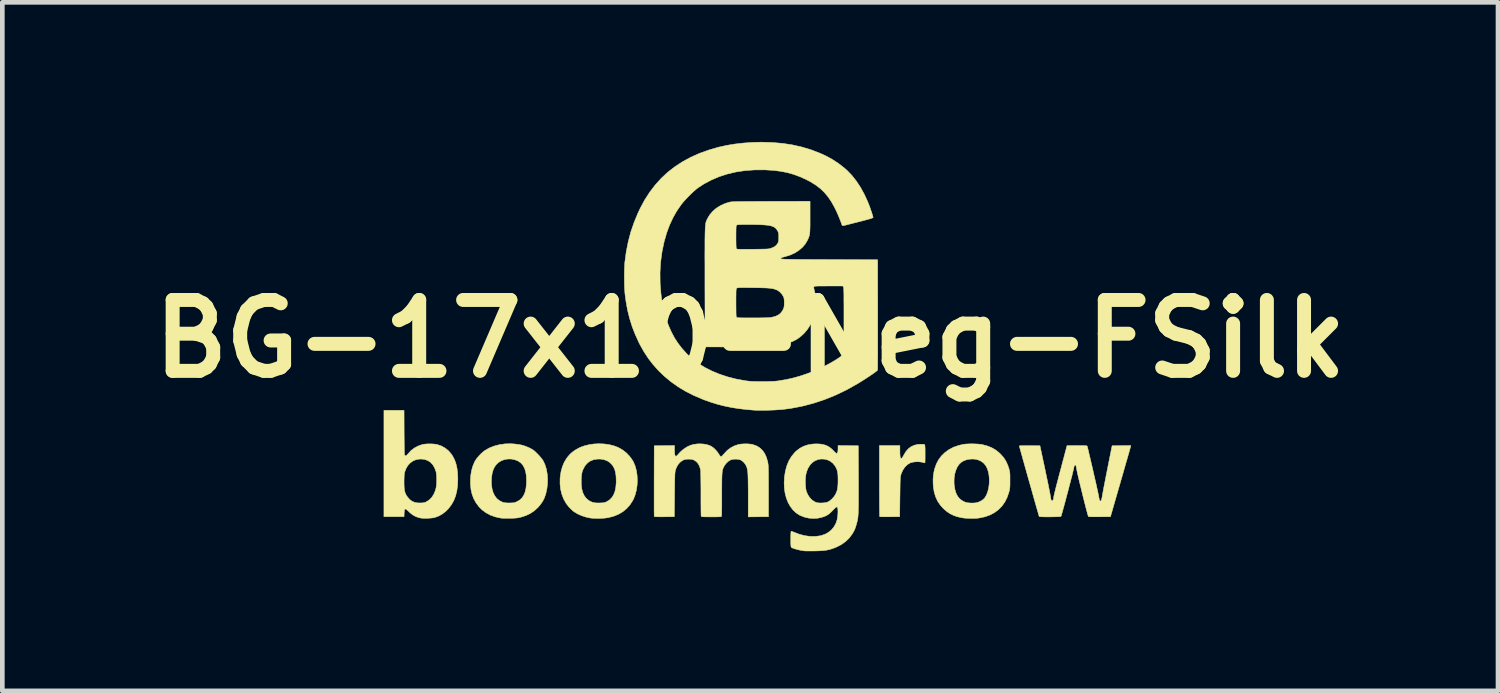
<source format=kicad_pcb>
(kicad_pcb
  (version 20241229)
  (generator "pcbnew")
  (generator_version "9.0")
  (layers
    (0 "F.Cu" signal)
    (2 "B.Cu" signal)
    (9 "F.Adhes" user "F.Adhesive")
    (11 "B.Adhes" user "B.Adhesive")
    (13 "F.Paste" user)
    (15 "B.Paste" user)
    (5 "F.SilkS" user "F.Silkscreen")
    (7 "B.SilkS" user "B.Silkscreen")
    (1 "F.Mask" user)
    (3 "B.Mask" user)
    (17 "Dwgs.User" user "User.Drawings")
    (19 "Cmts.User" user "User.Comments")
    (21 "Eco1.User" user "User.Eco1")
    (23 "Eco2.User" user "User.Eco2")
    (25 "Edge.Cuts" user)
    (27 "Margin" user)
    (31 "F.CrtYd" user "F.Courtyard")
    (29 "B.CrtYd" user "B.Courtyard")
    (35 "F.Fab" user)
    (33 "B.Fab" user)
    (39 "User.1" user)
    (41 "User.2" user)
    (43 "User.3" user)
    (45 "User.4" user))
  (footprint "BG-17x10-Neg-FSilk"
    (layer "F.Cu")
    (at 13.07 4.23)
    (property "Reference" "BG-17x10-Neg-FSilk" (at 0 0 0) (layer "F.SilkS") (effects (font (size 1.524 1.524) (thickness 0.3))))
    (attr through_hole)
    (fp_poly (pts (xy 3.697 2.267) (xy 3.727 2.268) (xy 3.745 2.271) (xy 3.749 2.272) (xy 3.753 2.28) (xy 3.755 2.298) (xy 3.757 2.329) (xy 3.759 2.373) (xy 3.759 2.432) (xy 3.759 2.473) (xy 3.759 2.528) (xy 3.759 2.577) (xy 3.758 2.618) (xy 3.757 2.648) (xy 3.756 2.664) (xy 3.756 2.667) (xy 3.746 2.665) (xy 3.725 2.66) (xy 3.699 2.653) (xy 3.642 2.644) (xy 3.581 2.642) (xy 3.519 2.647) (xy 3.465 2.658) (xy 3.435 2.669) (xy 3.377 2.705) (xy 3.325 2.756) (xy 3.282 2.819) (xy 3.248 2.894) (xy 3.238 2.926) (xy 3.234 2.939) (xy 3.231 2.955) (xy 3.229 2.975) (xy 3.227 3) (xy 3.225 3.033) (xy 3.223 3.074) (xy 3.222 3.125) (xy 3.221 3.188) (xy 3.22 3.265) (xy 3.219 3.356) (xy 3.218 3.399) (xy 3.213 3.823) (xy 3.001 3.825) (xy 2.943 3.825) (xy 2.89 3.825) (xy 2.845 3.825) (xy 2.811 3.824) (xy 2.789 3.823) (xy 2.783 3.821) (xy 2.782 3.812) (xy 2.781 3.787) (xy 2.78 3.748) (xy 2.78 3.695) (xy 2.779 3.631) (xy 2.778 3.555) (xy 2.778 3.47) (xy 2.778 3.376) (xy 2.777 3.275) (xy 2.777 3.167) (xy 2.777 3.055) (xy 2.777 2.294) (xy 3.217 2.294) (xy 3.217 2.412) (xy 3.218 2.477) (xy 3.222 2.525) (xy 3.228 2.556) (xy 3.238 2.572) (xy 3.25 2.572) (xy 3.266 2.557) (xy 3.286 2.526) (xy 3.299 2.502) (xy 3.345 2.425) (xy 3.397 2.365) (xy 3.457 2.319) (xy 3.524 2.288) (xy 3.6 2.27) (xy 3.662 2.266) (xy 3.697 2.267)) (stroke (width 0.01) (type solid)) (fill yes) (layer "F.SilkS"))
    (fp_poly (pts (xy -3.134 2.26) (xy -3.027 2.275) (xy -2.925 2.301) (xy -2.831 2.337) (xy -2.824 2.341) (xy -2.738 2.391) (xy -2.658 2.454) (xy -2.588 2.528) (xy -2.529 2.61) (xy -2.511 2.642) (xy -2.473 2.73) (xy -2.446 2.828) (xy -2.43 2.933) (xy -2.424 3.041) (xy -2.43 3.15) (xy -2.446 3.257) (xy -2.473 3.358) (xy -2.51 3.451) (xy -2.521 3.471) (xy -2.58 3.564) (xy -2.651 3.645) (xy -2.733 3.713) (xy -2.826 3.769) (xy -2.931 3.812) (xy -3.045 3.842) (xy -3.073 3.847) (xy -3.123 3.853) (xy -3.184 3.858) (xy -3.25 3.86) (xy -3.317 3.859) (xy -3.379 3.857) (xy -3.429 3.852) (xy -3.432 3.852) (xy -3.526 3.832) (xy -3.618 3.802) (xy -3.705 3.764) (xy -3.781 3.719) (xy -3.814 3.694) (xy -3.89 3.621) (xy -3.955 3.537) (xy -4.008 3.443) (xy -4.047 3.341) (xy -4.074 3.231) (xy -4.086 3.116) (xy -4.085 3.028) (xy -3.63 3.028) (xy -3.629 3.133) (xy -3.618 3.226) (xy -3.597 3.305) (xy -3.565 3.373) (xy -3.523 3.428) (xy -3.47 3.473) (xy -3.452 3.484) (xy -3.413 3.504) (xy -3.375 3.517) (xy -3.334 3.525) (xy -3.283 3.528) (xy -3.233 3.528) (xy -3.19 3.526) (xy -3.158 3.524) (xy -3.134 3.52) (xy -3.112 3.513) (xy -3.089 3.503) (xy -3.08 3.498) (xy -3.02 3.461) (xy -2.972 3.412) (xy -2.933 3.35) (xy -2.905 3.277) (xy -2.887 3.19) (xy -2.879 3.09) (xy -2.879 3.053) (xy -2.882 2.955) (xy -2.894 2.871) (xy -2.913 2.802) (xy -2.925 2.774) (xy -2.964 2.711) (xy -3.014 2.66) (xy -3.074 2.621) (xy -3.144 2.596) (xy -3.222 2.584) (xy -3.283 2.585) (xy -3.363 2.597) (xy -3.432 2.624) (xy -3.491 2.664) (xy -3.54 2.717) (xy -3.557 2.743) (xy -3.583 2.791) (xy -3.603 2.836) (xy -3.616 2.885) (xy -3.624 2.94) (xy -3.629 3.007) (xy -3.63 3.028) (xy -4.085 3.028) (xy -4.085 2.997) (xy -4.082 2.97) (xy -4.064 2.852) (xy -4.035 2.747) (xy -3.995 2.652) (xy -3.943 2.567) (xy -3.923 2.54) (xy -3.883 2.493) (xy -3.843 2.454) (xy -3.798 2.418) (xy -3.743 2.381) (xy -3.66 2.336) (xy -3.566 2.301) (xy -3.464 2.276) (xy -3.356 2.26) (xy -3.245 2.255) (xy -3.134 2.26)) (stroke (width 0.01) (type solid)) (fill yes) (layer "F.SilkS"))
    (fp_poly (pts (xy -5.068 2.26) (xy -4.982 2.27) (xy -4.907 2.284) (xy -4.838 2.305) (xy -4.769 2.333) (xy -4.741 2.346) (xy -4.703 2.366) (xy -4.673 2.383) (xy -4.646 2.402) (xy -4.619 2.426) (xy -4.587 2.457) (xy -4.568 2.476) (xy -4.53 2.516) (xy -4.495 2.557) (xy -4.467 2.593) (xy -4.451 2.616) (xy -4.411 2.7) (xy -4.381 2.795) (xy -4.362 2.898) (xy -4.353 3.005) (xy -4.355 3.115) (xy -4.368 3.224) (xy -4.391 3.329) (xy -4.421 3.417) (xy -4.458 3.491) (xy -4.511 3.566) (xy -4.563 3.627) (xy -4.639 3.696) (xy -4.724 3.753) (xy -4.82 3.799) (xy -4.923 3.832) (xy -4.958 3.84) (xy -4.989 3.847) (xy -5.022 3.851) (xy -5.06 3.854) (xy -5.107 3.856) (xy -5.16 3.857) (xy -5.214 3.857) (xy -5.265 3.857) (xy -5.31 3.856) (xy -5.345 3.854) (xy -5.363 3.852) (xy -5.479 3.826) (xy -5.585 3.788) (xy -5.681 3.736) (xy -5.766 3.672) (xy -5.828 3.609) (xy -5.89 3.526) (xy -5.939 3.438) (xy -5.975 3.344) (xy -5.999 3.241) (xy -6.01 3.127) (xy -6.011 3.067) (xy -6.009 3.023) (xy -5.56 3.023) (xy -5.559 3.126) (xy -5.547 3.22) (xy -5.524 3.302) (xy -5.49 3.372) (xy -5.446 3.431) (xy -5.391 3.476) (xy -5.326 3.509) (xy -5.299 3.518) (xy -5.259 3.525) (xy -5.207 3.528) (xy -5.16 3.528) (xy -5.117 3.526) (xy -5.085 3.524) (xy -5.06 3.519) (xy -5.036 3.51) (xy -5.011 3.499) (xy -4.952 3.465) (xy -4.905 3.421) (xy -4.867 3.366) (xy -4.838 3.299) (xy -4.819 3.22) (xy -4.808 3.127) (xy -4.806 3.048) (xy -4.81 2.946) (xy -4.824 2.858) (xy -4.848 2.783) (xy -4.881 2.721) (xy -4.924 2.671) (xy -4.978 2.632) (xy -4.996 2.622) (xy -5.067 2.596) (xy -5.141 2.583) (xy -5.215 2.584) (xy -5.288 2.598) (xy -5.355 2.624) (xy -5.414 2.662) (xy -5.448 2.694) (xy -5.49 2.749) (xy -5.521 2.812) (xy -5.543 2.885) (xy -5.556 2.97) (xy -5.56 3.023) (xy -6.009 3.023) (xy -6.006 2.95) (xy -5.989 2.84) (xy -5.961 2.739) (xy -5.923 2.648) (xy -5.903 2.612) (xy -5.873 2.569) (xy -5.833 2.521) (xy -5.788 2.474) (xy -5.742 2.432) (xy -5.703 2.402) (xy -5.608 2.347) (xy -5.502 2.305) (xy -5.388 2.275) (xy -5.267 2.258) (xy -5.14 2.255) (xy -5.068 2.26)) (stroke (width 0.01) (type solid)) (fill yes) (layer "F.SilkS"))
    (fp_poly (pts (xy 4.827 2.259) (xy 4.892 2.262) (xy 4.95 2.267) (xy 4.981 2.272) (xy 5.092 2.301) (xy 5.192 2.341) (xy 5.282 2.394) (xy 5.363 2.46) (xy 5.437 2.54) (xy 5.443 2.548) (xy 5.493 2.624) (xy 5.535 2.714) (xy 5.561 2.792) (xy 5.569 2.822) (xy 5.575 2.847) (xy 5.579 2.872) (xy 5.581 2.9) (xy 5.583 2.934) (xy 5.583 2.978) (xy 5.583 3.034) (xy 5.583 3.044) (xy 5.583 3.103) (xy 5.582 3.149) (xy 5.581 3.185) (xy 5.578 3.215) (xy 5.574 3.241) (xy 5.568 3.268) (xy 5.56 3.297) (xy 5.522 3.408) (xy 5.472 3.508) (xy 5.41 3.595) (xy 5.336 3.671) (xy 5.25 3.735) (xy 5.153 3.786) (xy 5.045 3.825) (xy 4.926 3.85) (xy 4.915 3.852) (xy 4.868 3.857) (xy 4.81 3.859) (xy 4.746 3.86) (xy 4.681 3.858) (xy 4.622 3.855) (xy 4.572 3.849) (xy 4.559 3.847) (xy 4.461 3.826) (xy 4.376 3.798) (xy 4.3 3.761) (xy 4.23 3.715) (xy 4.162 3.657) (xy 4.158 3.654) (xy 4.087 3.576) (xy 4.029 3.491) (xy 3.985 3.397) (xy 3.954 3.294) (xy 3.936 3.181) (xy 3.931 3.111) (xy 3.931 3.088) (xy 4.381 3.088) (xy 4.385 3.144) (xy 4.399 3.234) (xy 4.421 3.311) (xy 4.452 3.375) (xy 4.491 3.427) (xy 4.541 3.469) (xy 4.582 3.493) (xy 4.617 3.509) (xy 4.652 3.52) (xy 4.691 3.526) (xy 4.739 3.529) (xy 4.764 3.53) (xy 4.826 3.528) (xy 4.877 3.519) (xy 4.892 3.515) (xy 4.944 3.493) (xy 4.993 3.464) (xy 5.031 3.43) (xy 5.041 3.418) (xy 5.076 3.36) (xy 5.104 3.289) (xy 5.124 3.21) (xy 5.136 3.123) (xy 5.139 3.034) (xy 5.133 2.944) (xy 5.123 2.881) (xy 5.1 2.799) (xy 5.066 2.731) (xy 5.022 2.676) (xy 4.966 2.633) (xy 4.9 2.603) (xy 4.853 2.59) (xy 4.785 2.583) (xy 4.714 2.587) (xy 4.644 2.601) (xy 4.581 2.626) (xy 4.536 2.653) (xy 4.488 2.699) (xy 4.448 2.759) (xy 4.417 2.83) (xy 4.395 2.91) (xy 4.383 2.996) (xy 4.381 3.088) (xy 3.931 3.088) (xy 3.93 3.016) (xy 3.937 2.93) (xy 3.952 2.844) (xy 3.963 2.797) (xy 3.999 2.694) (xy 4.048 2.6) (xy 4.11 2.517) (xy 4.185 2.444) (xy 4.272 2.381) (xy 4.369 2.33) (xy 4.478 2.292) (xy 4.58 2.268) (xy 4.63 2.262) (xy 4.69 2.259) (xy 4.758 2.257) (xy 4.827 2.259)) (stroke (width 0.01) (type solid)) (fill yes) (layer "F.SilkS"))
    (fp_poly (pts (xy -7.436 2.014) (xy -7.435 2.129) (xy -7.434 2.226) (xy -7.433 2.309) (xy -7.432 2.375) (xy -7.431 2.428) (xy -7.429 2.466) (xy -7.427 2.491) (xy -7.425 2.502) (xy -7.424 2.503) (xy -7.409 2.514) (xy -7.391 2.51) (xy -7.369 2.492) (xy -7.348 2.467) (xy -7.287 2.401) (xy -7.214 2.346) (xy -7.13 2.302) (xy -7.044 2.272) (xy -6.998 2.264) (xy -6.941 2.259) (xy -6.879 2.258) (xy -6.817 2.26) (xy -6.76 2.266) (xy -6.727 2.272) (xy -6.638 2.302) (xy -6.557 2.347) (xy -6.484 2.405) (xy -6.422 2.477) (xy -6.389 2.527) (xy -6.35 2.604) (xy -6.321 2.687) (xy -6.3 2.779) (xy -6.287 2.881) (xy -6.282 2.996) (xy -6.282 3.018) (xy -6.287 3.149) (xy -6.303 3.268) (xy -6.33 3.376) (xy -6.368 3.474) (xy -6.418 3.563) (xy -6.48 3.645) (xy -6.539 3.705) (xy -6.614 3.764) (xy -6.697 3.81) (xy -6.778 3.84) (xy -6.818 3.848) (xy -6.869 3.853) (xy -6.927 3.857) (xy -6.986 3.858) (xy -7.04 3.856) (xy -7.086 3.851) (xy -7.101 3.848) (xy -7.181 3.823) (xy -7.252 3.784) (xy -7.319 3.73) (xy -7.329 3.719) (xy -7.365 3.685) (xy -7.391 3.664) (xy -7.41 3.657) (xy -7.423 3.666) (xy -7.43 3.689) (xy -7.434 3.729) (xy -7.436 3.759) (xy -7.438 3.823) (xy -7.87 3.823) (xy -7.87 3.073) (xy -7.438 3.073) (xy -7.437 3.148) (xy -7.434 3.209) (xy -7.427 3.259) (xy -7.417 3.301) (xy -7.402 3.338) (xy -7.382 3.373) (xy -7.363 3.4) (xy -7.317 3.453) (xy -7.266 3.491) (xy -7.208 3.516) (xy -7.141 3.527) (xy -7.086 3.528) (xy -7.044 3.526) (xy -7.013 3.522) (xy -6.987 3.515) (xy -6.961 3.504) (xy -6.957 3.502) (xy -6.897 3.463) (xy -6.844 3.411) (xy -6.801 3.345) (xy -6.768 3.269) (xy -6.751 3.209) (xy -6.743 3.161) (xy -6.738 3.104) (xy -6.736 3.042) (xy -6.737 2.98) (xy -6.74 2.922) (xy -6.747 2.874) (xy -6.751 2.854) (xy -6.78 2.775) (xy -6.819 2.708) (xy -6.867 2.656) (xy -6.925 2.618) (xy -6.991 2.593) (xy -7.065 2.584) (xy -7.11 2.585) (xy -7.182 2.598) (xy -7.249 2.627) (xy -7.307 2.669) (xy -7.357 2.724) (xy -7.396 2.79) (xy -7.423 2.863) (xy -7.429 2.888) (xy -7.433 2.918) (xy -7.435 2.955) (xy -7.437 3.002) (xy -7.438 3.062) (xy -7.438 3.073) (xy -7.87 3.073) (xy -7.87 1.537) (xy -7.438 1.537) (xy -7.436 2.014)) (stroke (width 0.01) (type solid)) (fill yes) (layer "F.SilkS"))
    (fp_poly (pts (xy 1.501 2.261) (xy 1.575 2.273) (xy 1.64 2.294) (xy 1.699 2.326) (xy 1.754 2.369) (xy 1.786 2.402) (xy 1.812 2.428) (xy 1.835 2.449) (xy 1.852 2.461) (xy 1.858 2.464) (xy 1.872 2.456) (xy 1.882 2.431) (xy 1.887 2.391) (xy 1.888 2.357) (xy 1.888 2.294) (xy 2.106 2.296) (xy 2.324 2.299) (xy 2.327 3.01) (xy 2.327 3.146) (xy 2.327 3.266) (xy 2.327 3.372) (xy 2.327 3.464) (xy 2.327 3.545) (xy 2.326 3.614) (xy 2.324 3.674) (xy 2.323 3.725) (xy 2.321 3.768) (xy 2.318 3.806) (xy 2.315 3.839) (xy 2.311 3.867) (xy 2.306 3.894) (xy 2.301 3.919) (xy 2.295 3.943) (xy 2.291 3.959) (xy 2.272 4.024) (xy 2.254 4.077) (xy 2.234 4.123) (xy 2.21 4.167) (xy 2.191 4.197) (xy 2.126 4.284) (xy 2.048 4.358) (xy 1.959 4.422) (xy 1.857 4.474) (xy 1.809 4.494) (xy 1.753 4.514) (xy 1.7 4.529) (xy 1.647 4.541) (xy 1.589 4.549) (xy 1.525 4.554) (xy 1.449 4.558) (xy 1.384 4.559) (xy 1.328 4.56) (xy 1.276 4.56) (xy 1.23 4.56) (xy 1.195 4.559) (xy 1.173 4.559) (xy 1.168 4.558) (xy 1.119 4.551) (xy 1.066 4.541) (xy 1.015 4.529) (xy 0.968 4.516) (xy 0.928 4.503) (xy 0.899 4.491) (xy 0.885 4.482) (xy 0.881 4.475) (xy 0.877 4.463) (xy 0.875 4.443) (xy 0.873 4.413) (xy 0.872 4.372) (xy 0.872 4.316) (xy 0.872 4.305) (xy 0.872 4.254) (xy 0.873 4.209) (xy 0.875 4.173) (xy 0.877 4.148) (xy 0.879 4.137) (xy 0.88 4.137) (xy 0.89 4.138) (xy 0.912 4.144) (xy 0.94 4.156) (xy 0.941 4.156) (xy 1.055 4.2) (xy 1.17 4.23) (xy 1.284 4.246) (xy 1.395 4.247) (xy 1.501 4.234) (xy 1.524 4.229) (xy 1.606 4.201) (xy 1.681 4.16) (xy 1.746 4.107) (xy 1.799 4.043) (xy 1.84 3.971) (xy 1.867 3.893) (xy 1.876 3.841) (xy 1.883 3.788) (xy 1.886 3.738) (xy 1.886 3.692) (xy 1.883 3.654) (xy 1.877 3.627) (xy 1.867 3.612) (xy 1.866 3.612) (xy 1.854 3.615) (xy 1.834 3.629) (xy 1.805 3.656) (xy 1.771 3.69) (xy 1.733 3.728) (xy 1.701 3.757) (xy 1.673 3.778) (xy 1.645 3.795) (xy 1.626 3.805) (xy 1.54 3.837) (xy 1.448 3.856) (xy 1.352 3.861) (xy 1.256 3.853) (xy 1.162 3.831) (xy 1.074 3.796) (xy 1.066 3.792) (xy 0.99 3.743) (xy 0.922 3.68) (xy 0.864 3.605) (xy 0.815 3.519) (xy 0.777 3.423) (xy 0.75 3.318) (xy 0.734 3.206) (xy 0.73 3.087) (xy 0.733 3.038) (xy 1.186 3.038) (xy 1.186 3.104) (xy 1.19 3.168) (xy 1.196 3.226) (xy 1.206 3.274) (xy 1.21 3.285) (xy 1.241 3.355) (xy 1.282 3.416) (xy 1.331 3.466) (xy 1.387 3.503) (xy 1.423 3.518) (xy 1.462 3.526) (xy 1.511 3.529) (xy 1.563 3.527) (xy 1.614 3.521) (xy 1.656 3.511) (xy 1.672 3.505) (xy 1.714 3.479) (xy 1.757 3.442) (xy 1.797 3.398) (xy 1.829 3.352) (xy 1.836 3.338) (xy 1.854 3.299) (xy 1.868 3.26) (xy 1.877 3.219) (xy 1.883 3.172) (xy 1.887 3.115) (xy 1.888 3.045) (xy 1.888 3.034) (xy 1.887 2.964) (xy 1.884 2.907) (xy 1.877 2.86) (xy 1.867 2.82) (xy 1.852 2.783) (xy 1.832 2.746) (xy 1.821 2.728) (xy 1.776 2.673) (xy 1.72 2.63) (xy 1.657 2.601) (xy 1.588 2.585) (xy 1.516 2.584) (xy 1.458 2.594) (xy 1.392 2.621) (xy 1.334 2.661) (xy 1.284 2.715) (xy 1.243 2.781) (xy 1.212 2.859) (xy 1.197 2.921) (xy 1.19 2.976) (xy 1.186 3.038) (xy 0.733 3.038) (xy 0.736 2.976) (xy 0.756 2.846) (xy 0.788 2.728) (xy 0.832 2.621) (xy 0.889 2.527) (xy 0.957 2.444) (xy 0.99 2.412) (xy 1.066 2.353) (xy 1.149 2.309) (xy 1.239 2.279) (xy 1.338 2.262) (xy 1.414 2.258) (xy 1.501 2.261)) (stroke (width 0.01) (type solid)) (fill yes) (layer "F.SilkS"))
    (fp_poly (pts (xy -0.995 2.262) (xy -0.919 2.277) (xy -0.854 2.301) (xy -0.83 2.314) (xy -0.786 2.346) (xy -0.741 2.389) (xy -0.701 2.437) (xy -0.676 2.474) (xy -0.654 2.509) (xy -0.637 2.527) (xy -0.627 2.532) (xy -0.613 2.525) (xy -0.593 2.506) (xy -0.567 2.478) (xy -0.56 2.47) (xy -0.493 2.398) (xy -0.418 2.342) (xy -0.335 2.299) (xy -0.254 2.272) (xy -0.207 2.263) (xy -0.15 2.259) (xy -0.088 2.257) (xy -0.026 2.26) (xy 0.028 2.266) (xy 0.059 2.273) (xy 0.138 2.302) (xy 0.206 2.343) (xy 0.264 2.397) (xy 0.311 2.464) (xy 0.348 2.545) (xy 0.375 2.637) (xy 0.379 2.655) (xy 0.382 2.671) (xy 0.384 2.689) (xy 0.387 2.708) (xy 0.389 2.731) (xy 0.39 2.759) (xy 0.391 2.793) (xy 0.392 2.834) (xy 0.393 2.885) (xy 0.393 2.946) (xy 0.393 3.02) (xy 0.394 3.106) (xy 0.394 3.207) (xy 0.394 3.272) (xy 0.394 3.823) (xy 0.176 3.825) (xy -0.042 3.827) (xy -0.042 3.38) (xy -0.042 3.268) (xy -0.043 3.17) (xy -0.044 3.087) (xy -0.045 3.017) (xy -0.047 2.958) (xy -0.049 2.908) (xy -0.052 2.867) (xy -0.056 2.833) (xy -0.061 2.804) (xy -0.067 2.78) (xy -0.073 2.758) (xy -0.077 2.748) (xy -0.102 2.698) (xy -0.139 2.653) (xy -0.181 2.618) (xy -0.201 2.606) (xy -0.244 2.592) (xy -0.296 2.586) (xy -0.349 2.587) (xy -0.399 2.596) (xy -0.425 2.605) (xy -0.469 2.632) (xy -0.512 2.672) (xy -0.548 2.718) (xy -0.561 2.74) (xy -0.571 2.759) (xy -0.579 2.777) (xy -0.587 2.796) (xy -0.593 2.816) (xy -0.598 2.839) (xy -0.601 2.868) (xy -0.604 2.902) (xy -0.606 2.944) (xy -0.608 2.996) (xy -0.609 3.058) (xy -0.609 3.133) (xy -0.61 3.221) (xy -0.61 3.324) (xy -0.61 3.341) (xy -0.61 3.428) (xy -0.61 3.51) (xy -0.61 3.586) (xy -0.611 3.653) (xy -0.612 3.711) (xy -0.612 3.757) (xy -0.613 3.791) (xy -0.614 3.81) (xy -0.615 3.814) (xy -0.618 3.818) (xy -0.626 3.821) (xy -0.64 3.823) (xy -0.662 3.825) (xy -0.694 3.826) (xy -0.738 3.827) (xy -0.797 3.827) (xy -0.834 3.827) (xy -0.9 3.827) (xy -0.952 3.826) (xy -0.99 3.826) (xy -1.018 3.824) (xy -1.036 3.822) (xy -1.046 3.82) (xy -1.052 3.816) (xy -1.053 3.814) (xy -1.054 3.803) (xy -1.055 3.777) (xy -1.056 3.737) (xy -1.057 3.685) (xy -1.057 3.622) (xy -1.058 3.55) (xy -1.058 3.471) (xy -1.058 3.386) (xy -1.058 3.328) (xy -1.058 3.226) (xy -1.059 3.132) (xy -1.06 3.048) (xy -1.061 2.974) (xy -1.062 2.913) (xy -1.063 2.864) (xy -1.065 2.83) (xy -1.067 2.811) (xy -1.067 2.811) (xy -1.087 2.742) (xy -1.118 2.683) (xy -1.159 2.637) (xy -1.21 2.605) (xy -1.211 2.604) (xy -1.252 2.592) (xy -1.302 2.586) (xy -1.355 2.587) (xy -1.404 2.594) (xy -1.441 2.607) (xy -1.497 2.644) (xy -1.544 2.695) (xy -1.582 2.759) (xy -1.606 2.824) (xy -1.609 2.837) (xy -1.612 2.852) (xy -1.614 2.871) (xy -1.616 2.895) (xy -1.618 2.926) (xy -1.619 2.966) (xy -1.621 3.015) (xy -1.622 3.075) (xy -1.623 3.147) (xy -1.624 3.233) (xy -1.625 3.335) (xy -1.625 3.349) (xy -1.63 3.823) (xy -1.844 3.825) (xy -1.913 3.826) (xy -1.966 3.825) (xy -2.006 3.825) (xy -2.034 3.823) (xy -2.052 3.821) (xy -2.06 3.818) (xy -2.062 3.816) (xy -2.062 3.807) (xy -2.063 3.781) (xy -2.063 3.741) (xy -2.064 3.688) (xy -2.064 3.622) (xy -2.064 3.546) (xy -2.064 3.46) (xy -2.064 3.366) (xy -2.064 3.265) (xy -2.064 3.158) (xy -2.064 3.052) (xy -2.062 2.299) (xy -1.844 2.296) (xy -1.626 2.294) (xy -1.626 2.392) (xy -1.624 2.449) (xy -1.62 2.49) (xy -1.611 2.514) (xy -1.599 2.524) (xy -1.582 2.518) (xy -1.56 2.498) (xy -1.539 2.474) (xy -1.514 2.446) (xy -1.481 2.414) (xy -1.446 2.384) (xy -1.437 2.376) (xy -1.364 2.327) (xy -1.293 2.292) (xy -1.219 2.27) (xy -1.138 2.259) (xy -1.079 2.257) (xy -0.995 2.262)) (stroke (width 0.01) (type solid)) (fill yes) (layer "F.SilkS"))
    (fp_poly (pts (xy 8.175 2.318) (xy 8.172 2.329) (xy 8.164 2.356) (xy 8.153 2.396) (xy 8.138 2.449) (xy 8.119 2.514) (xy 8.098 2.589) (xy 8.073 2.673) (xy 8.047 2.765) (xy 8.019 2.863) (xy 7.989 2.968) (xy 7.957 3.076) (xy 7.956 3.082) (xy 7.742 3.823) (xy 7.509 3.825) (xy 7.436 3.825) (xy 7.378 3.825) (xy 7.334 3.825) (xy 7.303 3.824) (xy 7.282 3.822) (xy 7.27 3.819) (xy 7.267 3.816) (xy 7.263 3.805) (xy 7.255 3.78) (xy 7.244 3.741) (xy 7.231 3.691) (xy 7.215 3.632) (xy 7.198 3.565) (xy 7.179 3.492) (xy 7.16 3.416) (xy 7.14 3.336) (xy 7.121 3.257) (xy 7.102 3.178) (xy 7.083 3.103) (xy 7.066 3.032) (xy 7.051 2.968) (xy 7.038 2.912) (xy 7.028 2.866) (xy 7.021 2.832) (xy 7.018 2.812) (xy 7.012 2.776) (xy 7.006 2.746) (xy 7 2.725) (xy 6.997 2.72) (xy 6.985 2.711) (xy 6.973 2.718) (xy 6.962 2.741) (xy 6.953 2.778) (xy 6.951 2.788) (xy 6.947 2.808) (xy 6.939 2.841) (xy 6.928 2.886) (xy 6.915 2.942) (xy 6.898 3.005) (xy 6.88 3.076) (xy 6.86 3.151) (xy 6.84 3.23) (xy 6.819 3.31) (xy 6.797 3.39) (xy 6.777 3.468) (xy 6.757 3.542) (xy 6.738 3.611) (xy 6.721 3.673) (xy 6.706 3.726) (xy 6.694 3.768) (xy 6.685 3.798) (xy 6.679 3.814) (xy 6.678 3.816) (xy 6.668 3.819) (xy 6.643 3.822) (xy 6.607 3.824) (xy 6.563 3.825) (xy 6.512 3.826) (xy 6.458 3.827) (xy 6.403 3.827) (xy 6.35 3.827) (xy 6.302 3.826) (xy 6.262 3.825) (xy 6.231 3.823) (xy 6.214 3.821) (xy 6.211 3.819) (xy 6.208 3.81) (xy 6.201 3.786) (xy 6.19 3.749) (xy 6.176 3.699) (xy 6.158 3.639) (xy 6.138 3.569) (xy 6.116 3.491) (xy 6.092 3.407) (xy 6.067 3.317) (xy 6.041 3.224) (xy 6.014 3.129) (xy 5.986 3.032) (xy 5.959 2.936) (xy 5.933 2.842) (xy 5.907 2.751) (xy 5.883 2.664) (xy 5.86 2.584) (xy 5.84 2.51) (xy 5.822 2.446) (xy 5.807 2.392) (xy 5.795 2.349) (xy 5.787 2.319) (xy 5.783 2.304) (xy 5.783 2.302) (xy 5.791 2.3) (xy 5.814 2.298) (xy 5.852 2.297) (xy 5.901 2.296) (xy 5.961 2.296) (xy 6.005 2.296) (xy 6.227 2.299) (xy 6.335 2.802) (xy 6.354 2.895) (xy 6.373 2.985) (xy 6.391 3.07) (xy 6.407 3.148) (xy 6.421 3.219) (xy 6.433 3.28) (xy 6.443 3.33) (xy 6.449 3.366) (xy 6.453 3.386) (xy 6.46 3.433) (xy 6.469 3.465) (xy 6.48 3.481) (xy 6.491 3.483) (xy 6.504 3.471) (xy 6.516 3.45) (xy 6.519 3.432) (xy 6.52 3.42) (xy 6.522 3.405) (xy 6.526 3.384) (xy 6.531 3.357) (xy 6.539 3.322) (xy 6.55 3.279) (xy 6.563 3.226) (xy 6.579 3.162) (xy 6.599 3.087) (xy 6.622 2.998) (xy 6.649 2.895) (xy 6.676 2.795) (xy 6.699 2.707) (xy 6.721 2.623) (xy 6.742 2.546) (xy 6.76 2.477) (xy 6.776 2.417) (xy 6.789 2.368) (xy 6.799 2.33) (xy 6.805 2.307) (xy 6.807 2.298) (xy 6.807 2.298) (xy 6.815 2.297) (xy 6.838 2.296) (xy 6.873 2.295) (xy 6.919 2.295) (xy 6.972 2.295) (xy 7.023 2.294) (xy 7.089 2.295) (xy 7.14 2.295) (xy 7.178 2.296) (xy 7.205 2.297) (xy 7.223 2.299) (xy 7.234 2.301) (xy 7.24 2.305) (xy 7.242 2.309) (xy 7.248 2.33) (xy 7.257 2.365) (xy 7.269 2.413) (xy 7.282 2.471) (xy 7.298 2.538) (xy 7.316 2.613) (xy 7.334 2.692) (xy 7.354 2.775) (xy 7.373 2.859) (xy 7.392 2.943) (xy 7.411 3.025) (xy 7.429 3.103) (xy 7.445 3.175) (xy 7.459 3.24) (xy 7.471 3.295) (xy 7.48 3.338) (xy 7.486 3.368) (xy 7.489 3.382) (xy 7.496 3.424) (xy 7.504 3.457) (xy 7.512 3.476) (xy 7.514 3.479) (xy 7.526 3.487) (xy 7.536 3.483) (xy 7.546 3.466) (xy 7.555 3.436) (xy 7.564 3.391) (xy 7.57 3.356) (xy 7.575 3.327) (xy 7.583 3.284) (xy 7.593 3.227) (xy 7.606 3.16) (xy 7.621 3.084) (xy 7.637 3.002) (xy 7.654 2.914) (xy 7.672 2.824) (xy 7.682 2.773) (xy 7.777 2.299) (xy 7.979 2.296) (xy 8.18 2.294) (xy 8.175 2.318)) (stroke (width 0.01) (type solid)) (fill yes) (layer "F.SilkS"))
    (fp_poly (pts (xy 0.475 -4.218) (xy 0.696 -4.199) (xy 0.907 -4.167) (xy 1.11 -4.121) (xy 1.307 -4.062) (xy 1.497 -3.989) (xy 1.621 -3.933) (xy 1.764 -3.855) (xy 1.902 -3.765) (xy 2.029 -3.665) (xy 2.09 -3.611) (xy 2.19 -3.506) (xy 2.284 -3.386) (xy 2.372 -3.252) (xy 2.453 -3.104) (xy 2.526 -2.945) (xy 2.534 -2.925) (xy 2.551 -2.883) (xy 2.569 -2.836) (xy 2.586 -2.786) (xy 2.603 -2.737) (xy 2.618 -2.692) (xy 2.63 -2.653) (xy 2.638 -2.624) (xy 2.642 -2.608) (xy 2.642 -2.607) (xy 2.639 -2.603) (xy 2.629 -2.598) (xy 2.612 -2.591) (xy 2.586 -2.582) (xy 2.549 -2.571) (xy 2.5 -2.558) (xy 2.438 -2.541) (xy 2.361 -2.521) (xy 2.325 -2.512) (xy 2.254 -2.494) (xy 2.188 -2.477) (xy 2.128 -2.462) (xy 2.077 -2.449) (xy 2.036 -2.439) (xy 2.007 -2.433) (xy 1.993 -2.43) (xy 1.992 -2.43) (xy 1.979 -2.435) (xy 1.969 -2.454) (xy 1.965 -2.466) (xy 1.95 -2.51) (xy 1.929 -2.564) (xy 1.904 -2.626) (xy 1.876 -2.691) (xy 1.847 -2.755) (xy 1.818 -2.813) (xy 1.811 -2.828) (xy 1.744 -2.947) (xy 1.672 -3.053) (xy 1.594 -3.146) (xy 1.507 -3.229) (xy 1.408 -3.304) (xy 1.297 -3.373) (xy 1.206 -3.421) (xy 1.073 -3.481) (xy 0.939 -3.531) (xy 0.803 -3.57) (xy 0.66 -3.598) (xy 0.509 -3.618) (xy 0.347 -3.628) (xy 0.308 -3.63) (xy 0.094 -3.629) (xy -0.11 -3.614) (xy -0.304 -3.585) (xy -0.49 -3.541) (xy -0.667 -3.484) (xy -0.835 -3.412) (xy -0.995 -3.327) (xy -1.112 -3.251) (xy -1.158 -3.216) (xy -1.212 -3.169) (xy -1.269 -3.116) (xy -1.328 -3.057) (xy -1.385 -2.998) (xy -1.437 -2.939) (xy -1.48 -2.886) (xy -1.487 -2.877) (xy -1.58 -2.741) (xy -1.661 -2.597) (xy -1.732 -2.444) (xy -1.793 -2.28) (xy -1.844 -2.103) (xy -1.849 -2.085) (xy -1.894 -1.871) (xy -1.924 -1.65) (xy -1.937 -1.426) (xy -1.935 -1.197) (xy -1.917 -0.967) (xy -1.905 -0.872) (xy -1.884 -0.74) (xy -1.86 -0.62) (xy -1.831 -0.508) (xy -1.797 -0.399) (xy -1.756 -0.289) (xy -1.756 -0.289) (xy -1.695 -0.15) (xy -1.628 -0.023) (xy -1.553 0.093) (xy -1.467 0.205) (xy -1.369 0.314) (xy -1.346 0.338) (xy -1.234 0.439) (xy -1.108 0.533) (xy -0.97 0.618) (xy -0.819 0.694) (xy -0.659 0.76) (xy -0.488 0.817) (xy -0.31 0.863) (xy -0.125 0.897) (xy -0.119 0.898) (xy -0.077 0.905) (xy -0.039 0.909) (xy -0.001 0.913) (xy 0.039 0.915) (xy 0.084 0.917) (xy 0.138 0.918) (xy 0.204 0.918) (xy 0.258 0.918) (xy 0.341 0.918) (xy 0.41 0.917) (xy 0.468 0.915) (xy 0.517 0.913) (xy 0.56 0.909) (xy 0.6 0.905) (xy 0.61 0.903) (xy 0.774 0.876) (xy 0.933 0.84) (xy 1.088 0.796) (xy 1.245 0.742) (xy 1.405 0.677) (xy 1.572 0.6) (xy 1.596 0.589) (xy 1.667 0.552) (xy 1.737 0.514) (xy 1.803 0.476) (xy 1.864 0.438) (xy 1.915 0.403) (xy 1.956 0.373) (xy 1.985 0.347) (xy 1.988 0.343) (xy 2.015 0.313) (xy 2.015 -0.392) (xy 2.015 -0.519) (xy 2.015 -0.63) (xy 2.015 -0.726) (xy 2.014 -0.809) (xy 2.014 -0.879) (xy 2.014 -0.937) (xy 2.013 -0.985) (xy 2.012 -1.023) (xy 2.011 -1.053) (xy 2.009 -1.076) (xy 2.008 -1.093) (xy 2.006 -1.104) (xy 2.004 -1.112) (xy 2.002 -1.116) (xy 1.989 -1.135) (xy 1.685 -1.135) (xy 1.605 -1.134) (xy 1.539 -1.134) (xy 1.487 -1.134) (xy 1.447 -1.133) (xy 1.418 -1.131) (xy 1.397 -1.13) (xy 1.383 -1.127) (xy 1.375 -1.125) (xy 1.371 -1.121) (xy 1.367 -1.113) (xy 1.366 -1.099) (xy 1.37 -1.078) (xy 1.377 -1.045) (xy 1.385 -1.013) (xy 1.394 -0.978) (xy 1.4 -0.949) (xy 1.405 -0.921) (xy 1.407 -0.892) (xy 1.409 -0.856) (xy 1.409 -0.81) (xy 1.409 -0.762) (xy 1.408 -0.702) (xy 1.407 -0.656) (xy 1.405 -0.62) (xy 1.401 -0.59) (xy 1.396 -0.563) (xy 1.39 -0.539) (xy 1.349 -0.417) (xy 1.296 -0.304) (xy 1.231 -0.203) (xy 1.156 -0.114) (xy 1.156 -0.114) (xy 1.082 -0.047) (xy 1.003 0.01) (xy 0.914 0.056) (xy 0.814 0.096) (xy 0.775 0.109) (xy 0.735 0.12) (xy 0.697 0.131) (xy 0.659 0.14) (xy 0.62 0.148) (xy 0.578 0.154) (xy 0.532 0.16) (xy 0.48 0.165) (xy 0.423 0.168) (xy 0.358 0.171) (xy 0.284 0.174) (xy 0.2 0.175) (xy 0.104 0.176) (xy -0.004 0.177) (xy -0.126 0.177) (xy -0.263 0.176) (xy -0.326 0.176) (xy -0.969 0.174) (xy -0.971 -0.774) (xy -0.305 -0.774) (xy -0.305 -0.694) (xy -0.304 -0.629) (xy -0.304 -0.577) (xy -0.303 -0.538) (xy -0.302 -0.509) (xy -0.3 -0.488) (xy -0.298 -0.475) (xy -0.295 -0.466) (xy -0.291 -0.462) (xy -0.286 -0.459) (xy -0.278 -0.456) (xy -0.264 -0.454) (xy -0.243 -0.452) (xy -0.214 -0.451) (xy -0.174 -0.45) (xy -0.124 -0.449) (xy -0.06 -0.449) (xy 0.019 -0.449) (xy 0.058 -0.449) (xy 0.155 -0.449) (xy 0.237 -0.45) (xy 0.304 -0.451) (xy 0.359 -0.453) (xy 0.402 -0.455) (xy 0.435 -0.458) (xy 0.458 -0.461) (xy 0.535 -0.48) (xy 0.597 -0.507) (xy 0.647 -0.543) (xy 0.686 -0.591) (xy 0.709 -0.631) (xy 0.719 -0.655) (xy 0.726 -0.677) (xy 0.73 -0.701) (xy 0.732 -0.731) (xy 0.732 -0.774) (xy 0.732 -0.775) (xy 0.732 -0.82) (xy 0.729 -0.852) (xy 0.725 -0.877) (xy 0.718 -0.899) (xy 0.714 -0.907) (xy 0.685 -0.955) (xy 0.646 -0.999) (xy 0.601 -1.034) (xy 0.581 -1.045) (xy 0.555 -1.056) (xy 0.528 -1.066) (xy 0.499 -1.074) (xy 0.465 -1.081) (xy 0.426 -1.086) (xy 0.379 -1.09) (xy 0.323 -1.093) (xy 0.255 -1.095) (xy 0.174 -1.097) (xy 0.078 -1.098) (xy 0.061 -1.099) (xy -0.023 -1.099) (xy -0.092 -1.1) (xy -0.148 -1.1) (xy -0.191 -1.1) (xy -0.224 -1.099) (xy -0.248 -1.098) (xy -0.264 -1.097) (xy -0.276 -1.094) (xy -0.283 -1.091) (xy -0.288 -1.088) (xy -0.288 -1.087) (xy -0.293 -1.083) (xy -0.296 -1.076) (xy -0.299 -1.067) (xy -0.301 -1.051) (xy -0.303 -1.029) (xy -0.304 -0.999) (xy -0.304 -0.957) (xy -0.305 -0.904) (xy -0.305 -0.837) (xy -0.305 -0.774) (xy -0.971 -0.774) (xy -0.972 -1.112) (xy -0.972 -1.289) (xy -0.972 -1.45) (xy -0.972 -1.596) (xy -0.973 -1.727) (xy -0.973 -1.844) (xy -0.972 -1.949) (xy -0.972 -2.042) (xy -0.972 -2.124) (xy -0.971 -2.185) (xy -0.305 -2.185) (xy -0.305 -2.11) (xy -0.304 -2.049) (xy -0.303 -2.003) (xy -0.301 -1.969) (xy -0.299 -1.947) (xy -0.296 -1.935) (xy -0.294 -1.932) (xy -0.288 -1.929) (xy -0.274 -1.927) (xy -0.252 -1.925) (xy -0.22 -1.924) (xy -0.177 -1.923) (xy -0.121 -1.923) (xy -0.051 -1.923) (xy 0.034 -1.924) (xy 0.055 -1.924) (xy 0.14 -1.925) (xy 0.21 -1.926) (xy 0.267 -1.927) (xy 0.312 -1.928) (xy 0.348 -1.929) (xy 0.376 -1.931) (xy 0.398 -1.933) (xy 0.415 -1.936) (xy 0.43 -1.94) (xy 0.445 -1.944) (xy 0.449 -1.946) (xy 0.509 -1.971) (xy 0.554 -2.002) (xy 0.586 -2.041) (xy 0.594 -2.055) (xy 0.603 -2.076) (xy 0.609 -2.097) (xy 0.612 -2.123) (xy 0.614 -2.159) (xy 0.614 -2.184) (xy 0.613 -2.226) (xy 0.611 -2.256) (xy 0.607 -2.278) (xy 0.6 -2.298) (xy 0.591 -2.317) (xy 0.574 -2.345) (xy 0.554 -2.37) (xy 0.53 -2.39) (xy 0.501 -2.408) (xy 0.464 -2.421) (xy 0.42 -2.433) (xy 0.366 -2.441) (xy 0.301 -2.447) (xy 0.224 -2.451) (xy 0.134 -2.454) (xy 0.029 -2.455) (xy -0.031 -2.455) (xy -0.104 -2.455) (xy -0.161 -2.455) (xy -0.205 -2.454) (xy -0.238 -2.453) (xy -0.261 -2.451) (xy -0.277 -2.449) (xy -0.286 -2.446) (xy -0.291 -2.442) (xy -0.295 -2.436) (xy -0.299 -2.426) (xy -0.301 -2.41) (xy -0.303 -2.386) (xy -0.304 -2.353) (xy -0.304 -2.307) (xy -0.305 -2.249) (xy -0.305 -2.185) (xy -0.971 -2.185) (xy -0.971 -2.196) (xy -0.97 -2.258) (xy -0.968 -2.312) (xy -0.967 -2.357) (xy -0.965 -2.396) (xy -0.962 -2.429) (xy -0.959 -2.456) (xy -0.956 -2.479) (xy -0.952 -2.499) (xy -0.947 -2.515) (xy -0.942 -2.53) (xy -0.937 -2.544) (xy -0.93 -2.557) (xy -0.923 -2.571) (xy -0.916 -2.586) (xy -0.914 -2.59) (xy -0.865 -2.669) (xy -0.803 -2.741) (xy -0.728 -2.806) (xy -0.642 -2.86) (xy -0.547 -2.904) (xy -0.464 -2.931) (xy -0.452 -2.934) (xy -0.441 -2.937) (xy -0.429 -2.939) (xy -0.414 -2.942) (xy -0.397 -2.943) (xy -0.376 -2.945) (xy -0.35 -2.946) (xy -0.318 -2.947) (xy -0.279 -2.948) (xy -0.231 -2.949) (xy -0.174 -2.95) (xy -0.107 -2.95) (xy -0.028 -2.951) (xy 0.064 -2.951) (xy 0.168 -2.952) (xy 0.288 -2.952) (xy 0.423 -2.953) (xy 0.447 -2.953) (xy 1.287 -2.955) (xy 1.287 -2.618) (xy 1.287 -2.527) (xy 1.287 -2.451) (xy 1.286 -2.388) (xy 1.284 -2.336) (xy 1.282 -2.293) (xy 1.278 -2.258) (xy 1.273 -2.228) (xy 1.266 -2.201) (xy 1.257 -2.177) (xy 1.247 -2.152) (xy 1.234 -2.124) (xy 1.228 -2.112) (xy 1.18 -2.032) (xy 1.117 -1.96) (xy 1.042 -1.897) (xy 0.955 -1.842) (xy 0.858 -1.799) (xy 0.755 -1.767) (xy 0.709 -1.755) (xy 0.678 -1.746) (xy 0.661 -1.738) (xy 0.657 -1.73) (xy 0.663 -1.722) (xy 0.67 -1.717) (xy 0.676 -1.716) (xy 0.687 -1.714) (xy 0.704 -1.713) (xy 0.729 -1.711) (xy 0.761 -1.71) (xy 0.802 -1.709) (xy 0.853 -1.708) (xy 0.914 -1.707) (xy 0.986 -1.706) (xy 1.07 -1.705) (xy 1.167 -1.705) (xy 1.277 -1.704) (xy 1.402 -1.703) (xy 1.542 -1.703) (xy 1.698 -1.702) (xy 1.714 -1.702) (xy 2.739 -1.698) (xy 2.741 -0.516) (xy 2.741 -0.376) (xy 2.741 -0.241) (xy 2.741 -0.111) (xy 2.741 0.013) (xy 2.741 0.129) (xy 2.741 0.236) (xy 2.741 0.334) (xy 2.74 0.421) (xy 2.74 0.498) (xy 2.739 0.561) (xy 2.739 0.612) (xy 2.738 0.648) (xy 2.737 0.669) (xy 2.737 0.674) (xy 2.724 0.687) (xy 2.698 0.708) (xy 2.661 0.735) (xy 2.614 0.768) (xy 2.561 0.804) (xy 2.501 0.843) (xy 2.438 0.884) (xy 2.372 0.925) (xy 2.306 0.966) (xy 2.303 0.967) (xy 2.074 1.096) (xy 1.841 1.208) (xy 1.604 1.304) (xy 1.364 1.384) (xy 1.121 1.448) (xy 0.876 1.495) (xy 0.724 1.515) (xy 0.67 1.521) (xy 0.604 1.525) (xy 0.531 1.53) (xy 0.453 1.533) (xy 0.374 1.536) (xy 0.297 1.538) (xy 0.227 1.538) (xy 0.166 1.538) (xy 0.117 1.536) (xy 0.11 1.536) (xy -0.073 1.521) (xy -0.243 1.501) (xy -0.402 1.476) (xy -0.553 1.445) (xy -0.699 1.408) (xy -0.842 1.364) (xy -0.986 1.313) (xy -1.024 1.298) (xy -1.214 1.217) (xy -1.389 1.128) (xy -1.551 1.03) (xy -1.702 0.923) (xy -1.844 0.805) (xy -1.97 0.684) (xy -2.085 0.555) (xy -2.189 0.421) (xy -2.283 0.277) (xy -2.37 0.122) (xy -2.389 0.085) (xy -2.468 -0.088) (xy -2.535 -0.26) (xy -2.59 -0.435) (xy -2.635 -0.615) (xy -2.669 -0.806) (xy -2.689 -0.953) (xy -2.694 -1.012) (xy -2.699 -1.084) (xy -2.702 -1.165) (xy -2.703 -1.252) (xy -2.704 -1.341) (xy -2.703 -1.427) (xy -2.701 -1.508) (xy -2.698 -1.58) (xy -2.694 -1.638) (xy -2.664 -1.865) (xy -2.621 -2.082) (xy -2.566 -2.292) (xy -2.496 -2.496) (xy -2.413 -2.698) (xy -2.365 -2.8) (xy -2.268 -2.981) (xy -2.16 -3.149) (xy -2.041 -3.305) (xy -1.911 -3.449) (xy -1.77 -3.58) (xy -1.617 -3.699) (xy -1.452 -3.806) (xy -1.275 -3.902) (xy -1.087 -3.986) (xy -0.885 -4.058) (xy -0.672 -4.12) (xy -0.669 -4.12) (xy -0.505 -4.156) (xy -0.33 -4.185) (xy -0.146 -4.206) (xy 0.042 -4.22) (xy 0.23 -4.225) (xy 0.244 -4.225) (xy 0.475 -4.218)) (stroke (width 0.01) (type solid)) (fill yes) (layer "F.SilkS")))
  (gr_rect
    (start -3 -3)
    (end 29.14 11.795)
    (stroke (width 0.1) (type default))
    (fill no)
    (layer "Edge.Cuts")))
</source>
